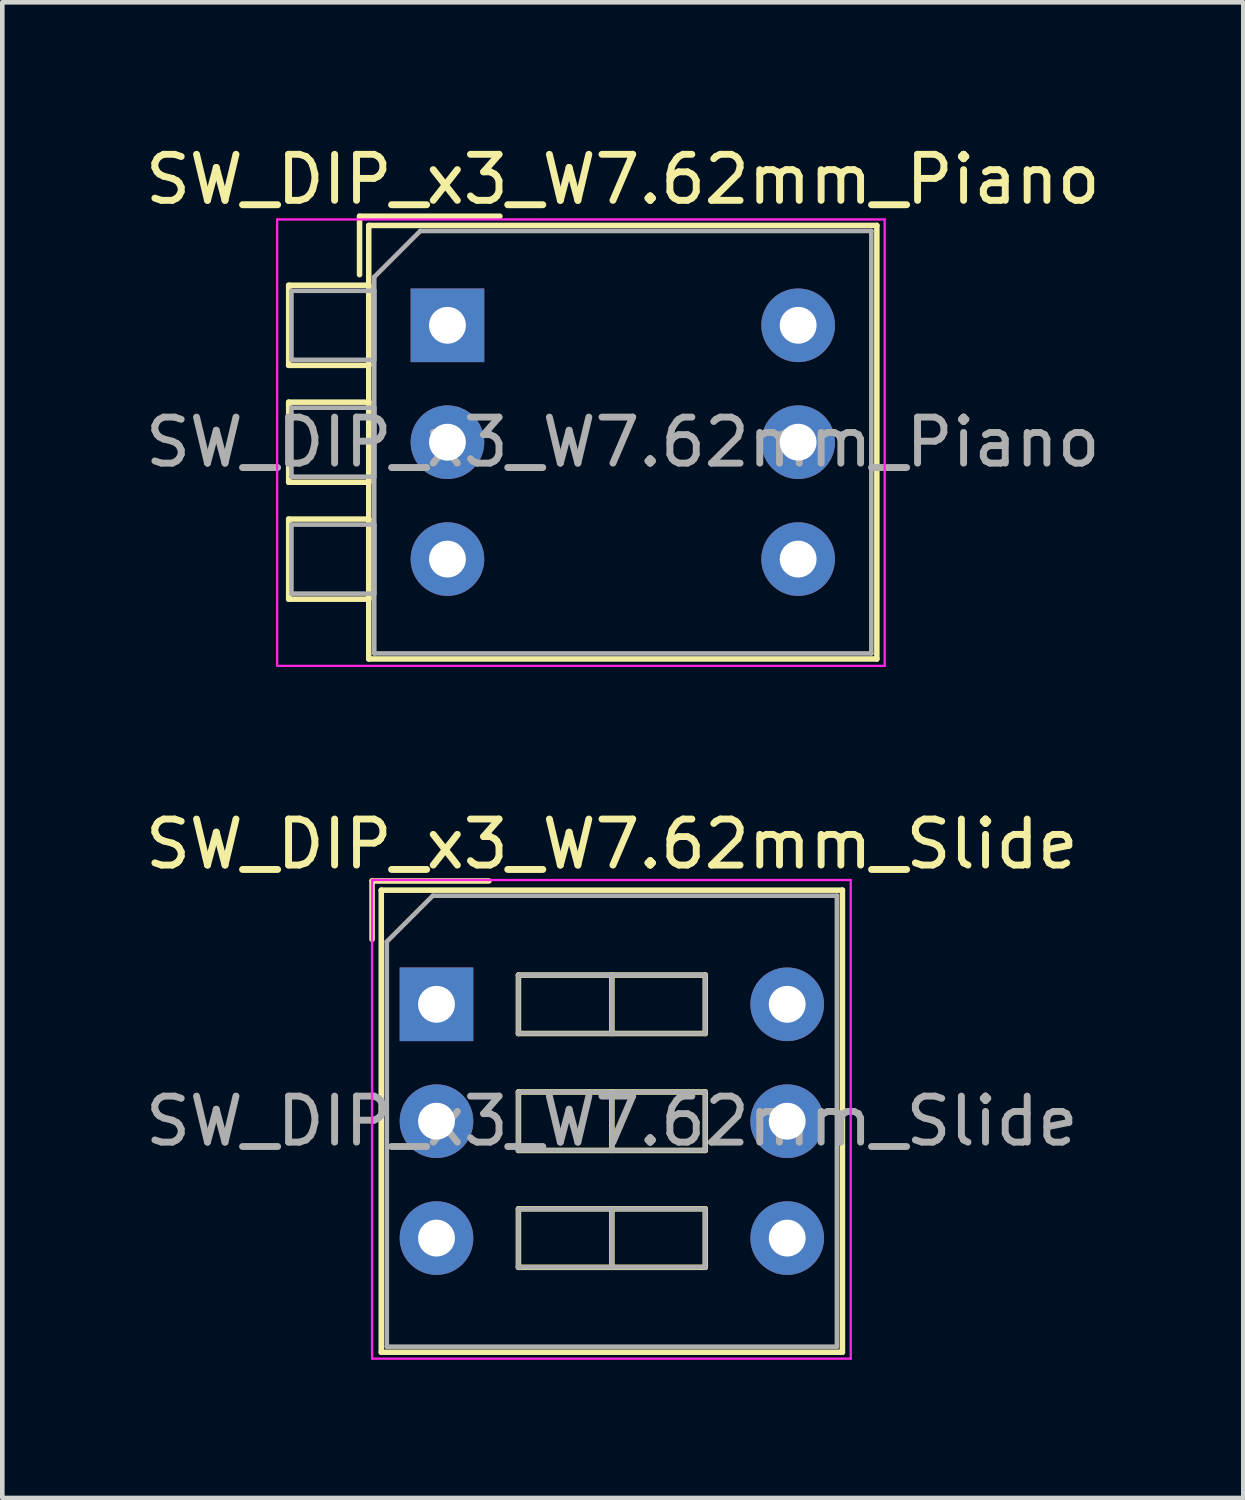
<source format=kicad_pcb>
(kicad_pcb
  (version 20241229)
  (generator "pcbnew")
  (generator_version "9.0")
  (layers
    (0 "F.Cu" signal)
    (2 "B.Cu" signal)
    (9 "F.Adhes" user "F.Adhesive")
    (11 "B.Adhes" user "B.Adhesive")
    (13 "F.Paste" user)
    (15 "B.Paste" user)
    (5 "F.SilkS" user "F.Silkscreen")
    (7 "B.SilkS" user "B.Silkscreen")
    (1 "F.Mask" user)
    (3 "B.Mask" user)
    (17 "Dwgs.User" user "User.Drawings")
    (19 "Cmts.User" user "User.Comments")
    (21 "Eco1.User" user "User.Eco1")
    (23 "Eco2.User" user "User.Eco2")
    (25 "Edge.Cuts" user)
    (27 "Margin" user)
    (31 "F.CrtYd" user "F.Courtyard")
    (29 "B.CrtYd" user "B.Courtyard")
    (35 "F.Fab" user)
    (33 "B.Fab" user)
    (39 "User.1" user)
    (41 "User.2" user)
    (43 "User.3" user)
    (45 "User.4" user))
  (footprint "SW_DIP_x3_W7.62mm_Slide"
    (layer "F.Cu")
    (at 6.434 18.771)
    (property "Reference" "SW_DIP_x3_W7.62mm_Slide" (at 3.81 -3.48 0) (layer "F.SilkS") (effects (font (size 1 1) (thickness 0.15))))
    (attr through_hole)
    (fp_line (start -1.4 -2.68) (end -1.4 -1.41) (stroke (width 0.12) (type solid)) (layer "F.SilkS"))
    (fp_line (start -1.4 -2.68) (end 1.14 -2.68) (stroke (width 0.12) (type solid)) (layer "F.SilkS"))
    (fp_line (start -1.2 -2.48) (end 8.82 -2.48) (stroke (width 0.12) (type solid)) (layer "F.SilkS"))
    (fp_line (start -1.2 7.56) (end -1.2 -2.48) (stroke (width 0.12) (type solid)) (layer "F.SilkS"))
    (fp_line (start 1.78 -0.635) (end 1.78 0.635) (stroke (width 0.12) (type solid)) (layer "F.SilkS"))
    (fp_line (start 1.78 0.635) (end 5.84 0.635) (stroke (width 0.12) (type solid)) (layer "F.SilkS"))
    (fp_line (start 1.78 1.905) (end 1.78 3.175) (stroke (width 0.12) (type solid)) (layer "F.SilkS"))
    (fp_line (start 1.78 3.175) (end 5.84 3.175) (stroke (width 0.12) (type solid)) (layer "F.SilkS"))
    (fp_line (start 1.78 4.445) (end 1.78 5.715) (stroke (width 0.12) (type solid)) (layer "F.SilkS"))
    (fp_line (start 1.78 5.715) (end 5.84 5.715) (stroke (width 0.12) (type solid)) (layer "F.SilkS"))
    (fp_line (start 3.81 -0.635) (end 3.81 0.635) (stroke (width 0.12) (type solid)) (layer "F.SilkS"))
    (fp_line (start 3.81 1.905) (end 3.81 3.175) (stroke (width 0.12) (type solid)) (layer "F.SilkS"))
    (fp_line (start 3.81 4.445) (end 3.81 5.715) (stroke (width 0.12) (type solid)) (layer "F.SilkS"))
    (fp_line (start 5.84 -0.635) (end 1.78 -0.635) (stroke (width 0.12) (type solid)) (layer "F.SilkS"))
    (fp_line (start 5.84 0.635) (end 5.84 -0.635) (stroke (width 0.12) (type solid)) (layer "F.SilkS"))
    (fp_line (start 5.84 1.905) (end 1.78 1.905) (stroke (width 0.12) (type solid)) (layer "F.SilkS"))
    (fp_line (start 5.84 3.175) (end 5.84 1.905) (stroke (width 0.12) (type solid)) (layer "F.SilkS"))
    (fp_line (start 5.84 4.445) (end 1.78 4.445) (stroke (width 0.12) (type solid)) (layer "F.SilkS"))
    (fp_line (start 5.84 5.715) (end 5.84 4.445) (stroke (width 0.12) (type solid)) (layer "F.SilkS"))
    (fp_line (start 8.82 -2.48) (end 8.82 7.56) (stroke (width 0.12) (type solid)) (layer "F.SilkS"))
    (fp_line (start 8.82 7.56) (end -1.2 7.56) (stroke (width 0.12) (type solid)) (layer "F.SilkS"))
    (fp_line (start -1.4 -2.7) (end -1.4 7.7) (stroke (width 0.05) (type solid)) (layer "F.CrtYd"))
    (fp_line (start -1.4 7.7) (end 9 7.7) (stroke (width 0.05) (type solid)) (layer "F.CrtYd"))
    (fp_line (start 9 -2.7) (end -1.4 -2.7) (stroke (width 0.05) (type solid)) (layer "F.CrtYd"))
    (fp_line (start 9 7.7) (end 9 -2.7) (stroke (width 0.05) (type solid)) (layer "F.CrtYd"))
    (fp_line (start -1.08 -1.36) (end -0.08 -2.36) (stroke (width 0.1) (type solid)) (layer "F.Fab"))
    (fp_line (start -1.08 7.44) (end -1.08 -1.36) (stroke (width 0.1) (type solid)) (layer "F.Fab"))
    (fp_line (start -0.08 -2.36) (end 8.7 -2.36) (stroke (width 0.1) (type solid)) (layer "F.Fab"))
    (fp_line (start 1.78 -0.635) (end 1.78 0.635) (stroke (width 0.1) (type solid)) (layer "F.Fab"))
    (fp_line (start 1.78 0.635) (end 5.84 0.635) (stroke (width 0.1) (type solid)) (layer "F.Fab"))
    (fp_line (start 1.78 1.905) (end 1.78 3.175) (stroke (width 0.1) (type solid)) (layer "F.Fab"))
    (fp_line (start 1.78 3.175) (end 5.84 3.175) (stroke (width 0.1) (type solid)) (layer "F.Fab"))
    (fp_line (start 1.78 4.445) (end 1.78 5.715) (stroke (width 0.1) (type solid)) (layer "F.Fab"))
    (fp_line (start 1.78 5.715) (end 5.84 5.715) (stroke (width 0.1) (type solid)) (layer "F.Fab"))
    (fp_line (start 3.81 -0.635) (end 3.81 0.635) (stroke (width 0.1) (type solid)) (layer "F.Fab"))
    (fp_line (start 3.81 1.905) (end 3.81 3.175) (stroke (width 0.1) (type solid)) (layer "F.Fab"))
    (fp_line (start 3.81 4.445) (end 3.81 5.715) (stroke (width 0.1) (type solid)) (layer "F.Fab"))
    (fp_line (start 5.84 -0.635) (end 1.78 -0.635) (stroke (width 0.1) (type solid)) (layer "F.Fab"))
    (fp_line (start 5.84 0.635) (end 5.84 -0.635) (stroke (width 0.1) (type solid)) (layer "F.Fab"))
    (fp_line (start 5.84 1.905) (end 1.78 1.905) (stroke (width 0.1) (type solid)) (layer "F.Fab"))
    (fp_line (start 5.84 3.175) (end 5.84 1.905) (stroke (width 0.1) (type solid)) (layer "F.Fab"))
    (fp_line (start 5.84 4.445) (end 1.78 4.445) (stroke (width 0.1) (type solid)) (layer "F.Fab"))
    (fp_line (start 5.84 5.715) (end 5.84 4.445) (stroke (width 0.1) (type solid)) (layer "F.Fab"))
    (fp_line (start 8.7 -2.36) (end 8.7 7.44) (stroke (width 0.1) (type solid)) (layer "F.Fab"))
    (fp_line (start 8.7 7.44) (end -1.08 7.44) (stroke (width 0.1) (type solid)) (layer "F.Fab"))
    (fp_text user "${REFERENCE}" (at 3.81 2.54 0) (layer "F.Fab") (effects (font (size 1 1) (thickness 0.15))))
    (pad "1" thru_hole rect (at 0 0) (size 1.6 1.6) (drill 0.8) (layers "*.Cu" "*.Mask"))
    (pad "2" thru_hole oval (at 0 2.54) (size 1.6 1.6) (drill 0.8) (layers "*.Cu" "*.Mask"))
    (pad "3" thru_hole oval (at 0 5.08) (size 1.6 1.6) (drill 0.8) (layers "*.Cu" "*.Mask"))
    (pad "4" thru_hole oval (at 7.62 5.08) (size 1.6 1.6) (drill 0.8) (layers "*.Cu" "*.Mask"))
    (pad "5" thru_hole oval (at 7.62 2.54) (size 1.6 1.6) (drill 0.8) (layers "*.Cu" "*.Mask"))
    (pad "6" thru_hole oval (at 7.62 0) (size 1.6 1.6) (drill 0.8) (layers "*.Cu" "*.Mask")))
  (footprint "SW_DIP_x3_W7.62mm_Piano"
    (layer "F.Cu")
    (at 6.672 4.018)
    (property "Reference" "SW_DIP_x3_W7.62mm_Piano" (at 3.81 -3.17 0) (layer "F.SilkS") (effects (font (size 1 1) (thickness 0.15))))
    (attr through_hole)
    (fp_line (start -3.45 -0.87) (end -3.45 0.87) (stroke (width 0.12) (type solid)) (layer "F.SilkS"))
    (fp_line (start -3.45 0.87) (end -1.71 0.87) (stroke (width 0.12) (type solid)) (layer "F.SilkS"))
    (fp_line (start -3.45 1.67) (end -3.45 3.41) (stroke (width 0.12) (type solid)) (layer "F.SilkS"))
    (fp_line (start -3.45 3.41) (end -1.71 3.41) (stroke (width 0.12) (type solid)) (layer "F.SilkS"))
    (fp_line (start -3.45 4.21) (end -3.45 5.95) (stroke (width 0.12) (type solid)) (layer "F.SilkS"))
    (fp_line (start -3.45 5.95) (end -1.71 5.95) (stroke (width 0.12) (type solid)) (layer "F.SilkS"))
    (fp_line (start -1.91 -2.37) (end -1.91 -1.1) (stroke (width 0.12) (type solid)) (layer "F.SilkS"))
    (fp_line (start -1.91 -2.37) (end 1.14 -2.37) (stroke (width 0.12) (type solid)) (layer "F.SilkS"))
    (fp_line (start -1.71 -2.17) (end 9.33 -2.17) (stroke (width 0.12) (type solid)) (layer "F.SilkS"))
    (fp_line (start -1.71 -0.87) (end -3.45 -0.87) (stroke (width 0.12) (type solid)) (layer "F.SilkS"))
    (fp_line (start -1.71 0.87) (end -1.71 -0.87) (stroke (width 0.12) (type solid)) (layer "F.SilkS"))
    (fp_line (start -1.71 1.67) (end -3.45 1.67) (stroke (width 0.12) (type solid)) (layer "F.SilkS"))
    (fp_line (start -1.71 3.41) (end -1.71 1.67) (stroke (width 0.12) (type solid)) (layer "F.SilkS"))
    (fp_line (start -1.71 4.21) (end -3.45 4.21) (stroke (width 0.12) (type solid)) (layer "F.SilkS"))
    (fp_line (start -1.71 5.95) (end -1.71 4.21) (stroke (width 0.12) (type solid)) (layer "F.SilkS"))
    (fp_line (start -1.71 7.25) (end -1.71 -2.17) (stroke (width 0.12) (type solid)) (layer "F.SilkS"))
    (fp_line (start 9.33 -2.17) (end 9.33 7.25) (stroke (width 0.12) (type solid)) (layer "F.SilkS"))
    (fp_line (start 9.33 7.25) (end -1.71 7.25) (stroke (width 0.12) (type solid)) (layer "F.SilkS"))
    (fp_line (start -3.7 -2.3) (end -3.7 7.4) (stroke (width 0.05) (type solid)) (layer "F.CrtYd"))
    (fp_line (start -3.7 7.4) (end 9.5 7.4) (stroke (width 0.05) (type solid)) (layer "F.CrtYd"))
    (fp_line (start 9.5 -2.3) (end -3.7 -2.3) (stroke (width 0.05) (type solid)) (layer "F.CrtYd"))
    (fp_line (start 9.5 7.4) (end 9.5 -2.3) (stroke (width 0.05) (type solid)) (layer "F.CrtYd"))
    (fp_line (start -3.39 -0.75) (end -1.59 -0.75) (stroke (width 0.1) (type solid)) (layer "F.Fab"))
    (fp_line (start -3.39 0.75) (end -3.39 -0.75) (stroke (width 0.1) (type solid)) (layer "F.Fab"))
    (fp_line (start -3.39 1.79) (end -1.59 1.79) (stroke (width 0.1) (type solid)) (layer "F.Fab"))
    (fp_line (start -3.39 3.29) (end -3.39 1.79) (stroke (width 0.1) (type solid)) (layer "F.Fab"))
    (fp_line (start -3.39 4.33) (end -1.59 4.33) (stroke (width 0.1) (type solid)) (layer "F.Fab"))
    (fp_line (start -3.39 5.83) (end -3.39 4.33) (stroke (width 0.1) (type solid)) (layer "F.Fab"))
    (fp_line (start -1.59 -1.05) (end -0.59 -2.05) (stroke (width 0.1) (type solid)) (layer "F.Fab"))
    (fp_line (start -1.59 -0.75) (end -1.59 0.75) (stroke (width 0.1) (type solid)) (layer "F.Fab"))
    (fp_line (start -1.59 0.75) (end -3.39 0.75) (stroke (width 0.1) (type solid)) (layer "F.Fab"))
    (fp_line (start -1.59 1.79) (end -1.59 3.29) (stroke (width 0.1) (type solid)) (layer "F.Fab"))
    (fp_line (start -1.59 3.29) (end -3.39 3.29) (stroke (width 0.1) (type solid)) (layer "F.Fab"))
    (fp_line (start -1.59 4.33) (end -1.59 5.83) (stroke (width 0.1) (type solid)) (layer "F.Fab"))
    (fp_line (start -1.59 5.83) (end -3.39 5.83) (stroke (width 0.1) (type solid)) (layer "F.Fab"))
    (fp_line (start -1.59 7.13) (end -1.59 -1.05) (stroke (width 0.1) (type solid)) (layer "F.Fab"))
    (fp_line (start -0.59 -2.05) (end 9.21 -2.05) (stroke (width 0.1) (type solid)) (layer "F.Fab"))
    (fp_line (start 9.21 -2.05) (end 9.21 7.13) (stroke (width 0.1) (type solid)) (layer "F.Fab"))
    (fp_line (start 9.21 7.13) (end -1.59 7.13) (stroke (width 0.1) (type solid)) (layer "F.Fab"))
    (fp_text user "${REFERENCE}" (at 3.81 2.54 0) (layer "F.Fab") (effects (font (size 1 1) (thickness 0.15))))
    (pad "1" thru_hole rect (at 0 0) (size 1.6 1.6) (drill 0.8) (layers "*.Cu" "*.Mask"))
    (pad "2" thru_hole oval (at 0 2.54) (size 1.6 1.6) (drill 0.8) (layers "*.Cu" "*.Mask"))
    (pad "3" thru_hole oval (at 0 5.08) (size 1.6 1.6) (drill 0.8) (layers "*.Cu" "*.Mask"))
    (pad "4" thru_hole oval (at 7.62 5.08) (size 1.6 1.6) (drill 0.8) (layers "*.Cu" "*.Mask"))
    (pad "5" thru_hole oval (at 7.62 2.54) (size 1.6 1.6) (drill 0.8) (layers "*.Cu" "*.Mask"))
    (pad "6" thru_hole oval (at 7.62 0) (size 1.6 1.6) (drill 0.8) (layers "*.Cu" "*.Mask")))
  (gr_rect
    (start -3 -3)
    (end 23.964 29.497)
    (stroke (width 0.1) (type default))
    (fill no)
    (layer "Edge.Cuts")))
</source>
